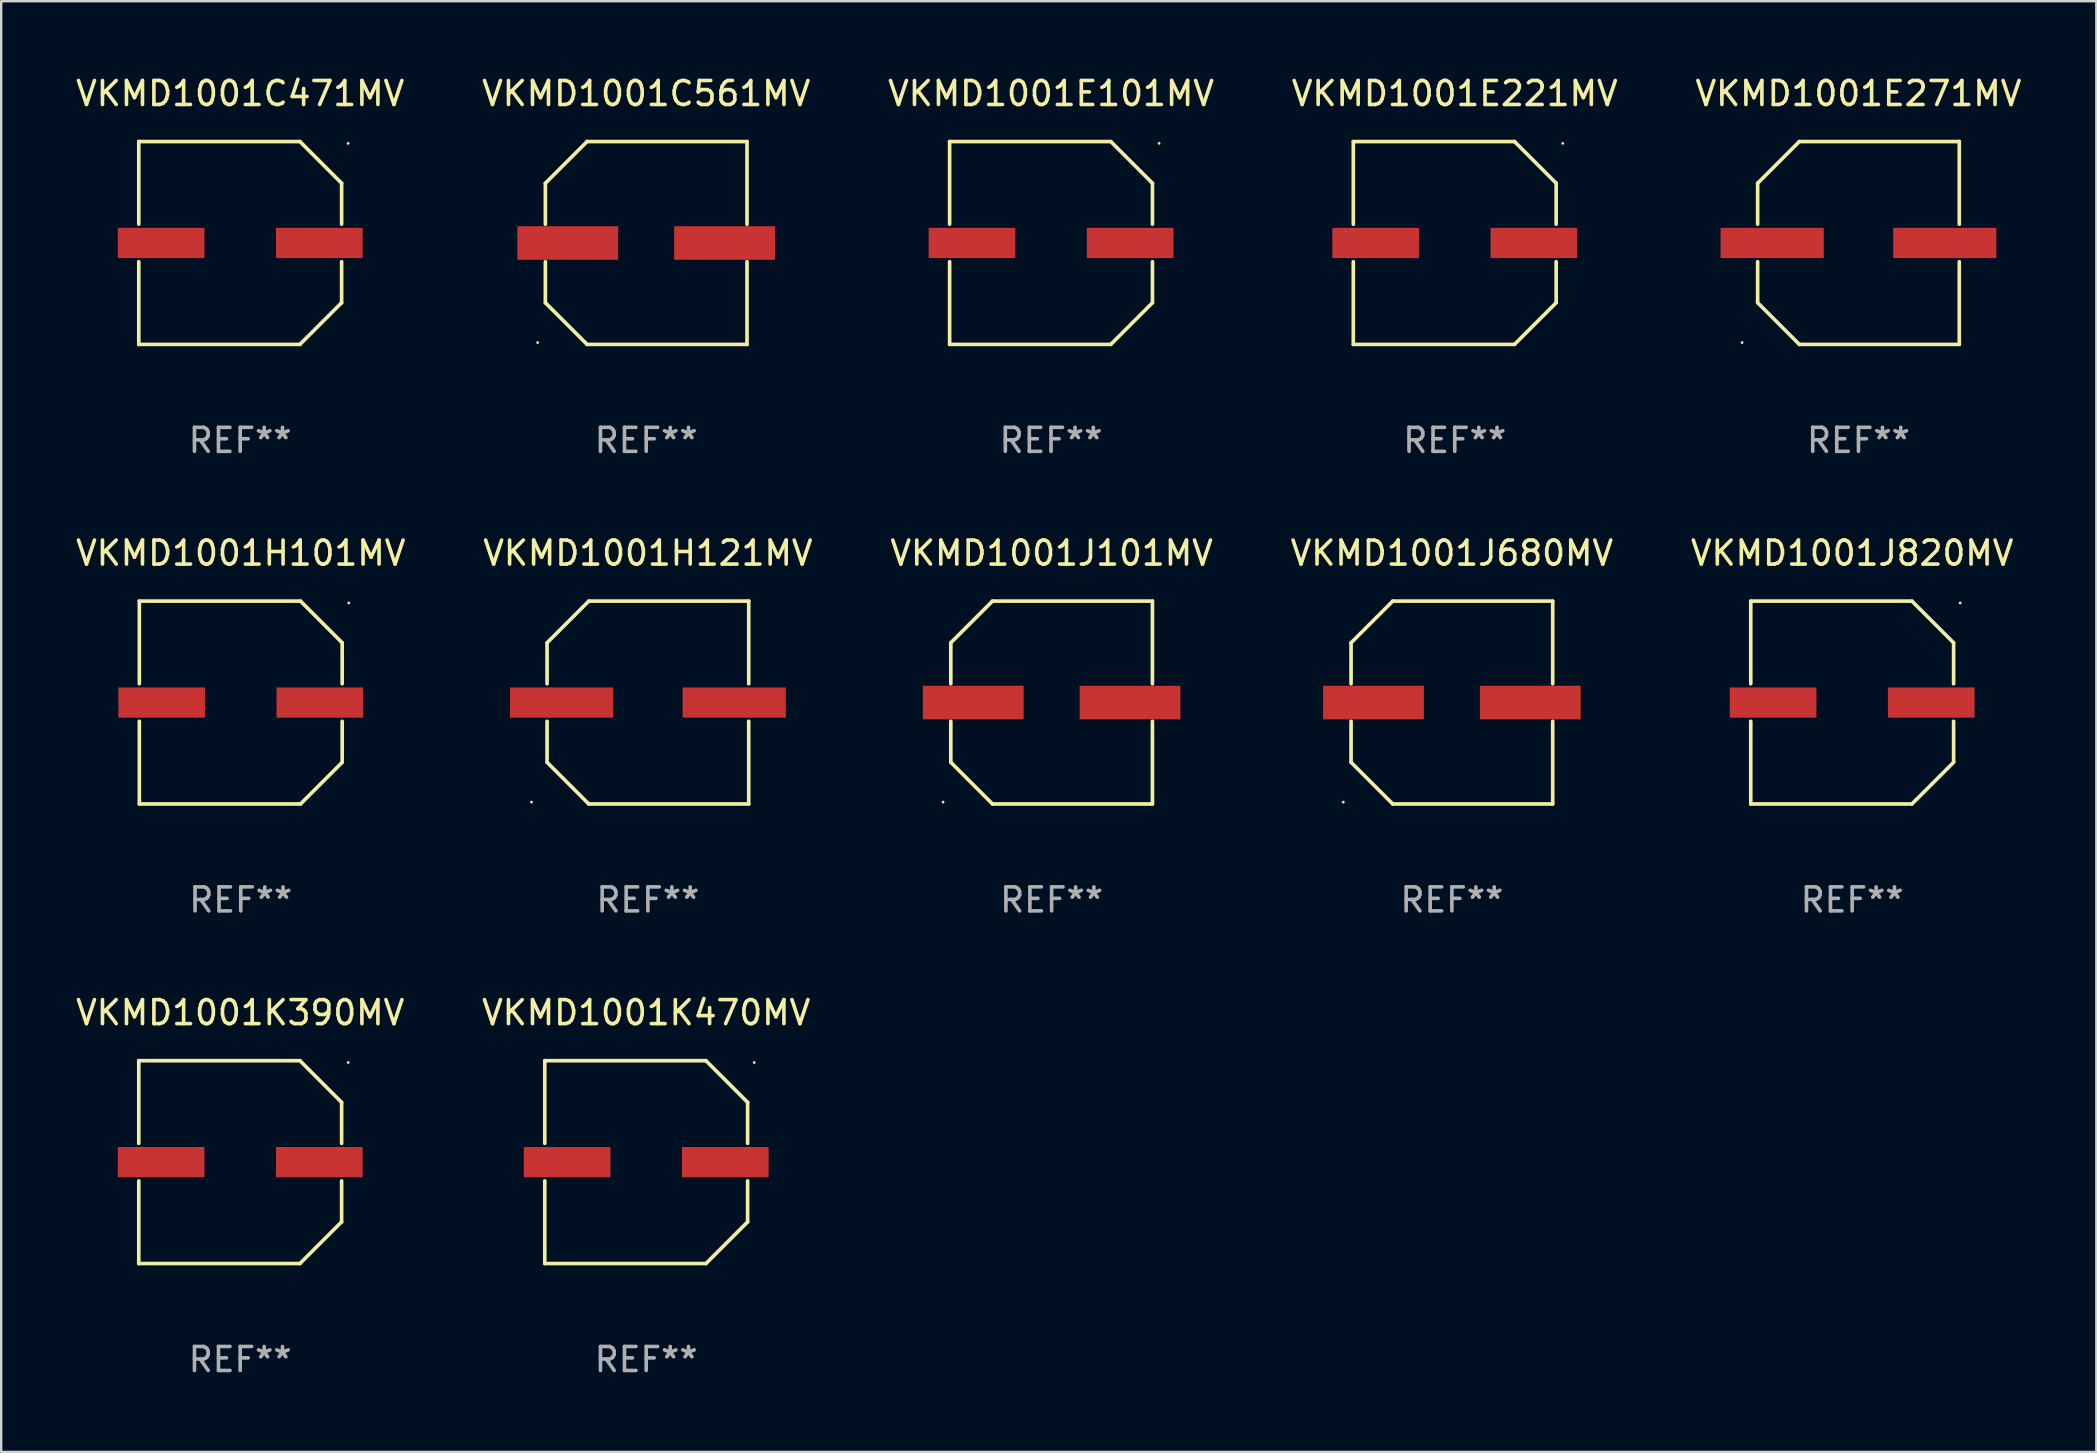
<source format=kicad_pcb>
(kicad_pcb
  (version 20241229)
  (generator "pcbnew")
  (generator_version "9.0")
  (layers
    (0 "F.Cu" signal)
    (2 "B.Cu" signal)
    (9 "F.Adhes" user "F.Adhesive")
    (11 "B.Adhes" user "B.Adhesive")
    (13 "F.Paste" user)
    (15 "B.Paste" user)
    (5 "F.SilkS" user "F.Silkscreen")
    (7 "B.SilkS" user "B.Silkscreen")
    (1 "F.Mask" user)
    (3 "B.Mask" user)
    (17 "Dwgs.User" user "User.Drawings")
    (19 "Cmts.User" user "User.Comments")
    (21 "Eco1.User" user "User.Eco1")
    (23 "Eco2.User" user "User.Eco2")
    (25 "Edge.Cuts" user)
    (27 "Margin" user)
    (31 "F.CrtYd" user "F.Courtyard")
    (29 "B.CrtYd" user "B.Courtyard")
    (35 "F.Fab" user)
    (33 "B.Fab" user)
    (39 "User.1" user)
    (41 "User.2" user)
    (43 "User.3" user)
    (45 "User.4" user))
  (footprint "VKMD1001E101MV"
    (layer "F.Cu")
    (at 40.744 7.074)
    (property "Reference" "VKMD1001E101MV" (at 0 -6.226 0) (layer "F.SilkS") (effects (font (size 1 1) (thickness 0.15))))
    (attr through_hole)
    (fp_line (start -4.226 -4.226) (end 2.49 -4.226) (stroke (width 0.152) (type solid)) (layer "F.SilkS"))
    (fp_line (start -4.226 -0.782) (end -4.226 -4.226) (stroke (width 0.152) (type solid)) (layer "F.SilkS"))
    (fp_line (start -4.226 0.782) (end -4.226 4.226) (stroke (width 0.152) (type solid)) (layer "F.SilkS"))
    (fp_line (start -4.226 4.226) (end 2.49 4.226) (stroke (width 0.152) (type solid)) (layer "F.SilkS"))
    (fp_line (start 2.49 -4.226) (end 4.226 -2.49) (stroke (width 0.152) (type solid)) (layer "F.SilkS"))
    (fp_line (start 2.49 4.226) (end 4.226 2.49) (stroke (width 0.152) (type solid)) (layer "F.SilkS"))
    (fp_line (start 4.226 -2.49) (end 4.226 -0.782) (stroke (width 0.152) (type solid)) (layer "F.SilkS"))
    (fp_line (start 4.226 2.49) (end 4.226 0.782) (stroke (width 0.152) (type solid)) (layer "F.SilkS"))
    (fp_circle (center 4.5 -4.15) (end 4.53 -4.15) (stroke (width 0.06) (type solid)) (fill no) (layer "F.SilkS"))
    (fp_text user "REF**" (at 0 8.226 0) (layer "F.Fab") (effects (font (size 1 1) (thickness 0.15))))
    (pad "1" smd rect (at 3.295 0 180) (size 3.61 1.26) (layers "F.Cu" "F.Mask" "F.Paste"))
    (pad "2" smd rect (at -3.295 0 180) (size 3.61 1.26) (layers "F.Cu" "F.Mask" "F.Paste")))
  (footprint "VKMD1001K470MV"
    (layer "F.Cu")
    (at 23.875 45.372)
    (property "Reference" "VKMD1001K470MV" (at 0 -6.226 0) (layer "F.SilkS") (effects (font (size 1 1) (thickness 0.15))))
    (attr through_hole)
    (fp_line (start -4.226 -4.226) (end 2.49 -4.226) (stroke (width 0.152) (type solid)) (layer "F.SilkS"))
    (fp_line (start -4.226 -0.782) (end -4.226 -4.226) (stroke (width 0.152) (type solid)) (layer "F.SilkS"))
    (fp_line (start -4.226 0.782) (end -4.226 4.226) (stroke (width 0.152) (type solid)) (layer "F.SilkS"))
    (fp_line (start -4.226 4.226) (end 2.49 4.226) (stroke (width 0.152) (type solid)) (layer "F.SilkS"))
    (fp_line (start 2.49 -4.226) (end 4.226 -2.49) (stroke (width 0.152) (type solid)) (layer "F.SilkS"))
    (fp_line (start 2.49 4.226) (end 4.226 2.49) (stroke (width 0.152) (type solid)) (layer "F.SilkS"))
    (fp_line (start 4.226 -2.49) (end 4.226 -0.782) (stroke (width 0.152) (type solid)) (layer "F.SilkS"))
    (fp_line (start 4.226 2.49) (end 4.226 0.782) (stroke (width 0.152) (type solid)) (layer "F.SilkS"))
    (fp_circle (center 4.5 -4.15) (end 4.53 -4.15) (stroke (width 0.06) (type solid)) (fill no) (layer "F.SilkS"))
    (fp_text user "REF**" (at 0 8.226 0) (layer "F.Fab") (effects (font (size 1 1) (thickness 0.15))))
    (pad "1" smd rect (at 3.295 0 180) (size 3.61 1.26) (layers "F.Cu" "F.Mask" "F.Paste"))
    (pad "2" smd rect (at -3.295 0 180) (size 3.61 1.26) (layers "F.Cu" "F.Mask" "F.Paste")))
  (footprint "VKMD1001C561MV"
    (layer "F.Cu")
    (at 23.875 7.074)
    (property "Reference" "VKMD1001C561MV" (at 0 -6.226 0) (layer "F.SilkS") (effects (font (size 1 1) (thickness 0.15))))
    (attr through_hole)
    (fp_line (start -4.201 -2.49) (end -4.201 -0.782) (stroke (width 0.152) (type solid)) (layer "F.SilkS"))
    (fp_line (start -4.201 2.49) (end -4.201 0.782) (stroke (width 0.152) (type solid)) (layer "F.SilkS"))
    (fp_line (start -2.465 -4.226) (end -4.201 -2.49) (stroke (width 0.152) (type solid)) (layer "F.SilkS"))
    (fp_line (start -2.465 4.226) (end -4.201 2.49) (stroke (width 0.152) (type solid)) (layer "F.SilkS"))
    (fp_line (start 4.201 -4.226) (end -2.465 -4.226) (stroke (width 0.152) (type solid)) (layer "F.SilkS"))
    (fp_line (start 4.201 -0.782) (end 4.201 -4.226) (stroke (width 0.152) (type solid)) (layer "F.SilkS"))
    (fp_line (start 4.201 0.782) (end 4.201 4.226) (stroke (width 0.152) (type solid)) (layer "F.SilkS"))
    (fp_line (start 4.201 4.226) (end -2.465 4.226) (stroke (width 0.152) (type solid)) (layer "F.SilkS"))
    (fp_circle (center -4.524 4.15) (end -4.494 4.15) (stroke (width 0.06) (type solid)) (fill no) (layer "F.SilkS"))
    (fp_text user "REF**" (at 0 8.226 0) (layer "F.Fab") (effects (font (size 1 1) (thickness 0.15))))
    (pad "1" smd rect (at -3.267 0) (size 4.2 1.4) (layers "F.Cu" "F.Mask" "F.Paste"))
    (pad "2" smd rect (at 3.267 0) (size 4.2 1.4) (layers "F.Cu" "F.Mask" "F.Paste")))
  (footprint "VKMD1001H121MV"
    (layer "F.Cu")
    (at 23.946 26.223)
    (property "Reference" "VKMD1001H121MV" (at 0 -6.226 0) (layer "F.SilkS") (effects (font (size 1 1) (thickness 0.15))))
    (attr through_hole)
    (fp_line (start -4.201 -2.49) (end -4.201 -0.782) (stroke (width 0.152) (type solid)) (layer "F.SilkS"))
    (fp_line (start -4.201 2.49) (end -4.201 0.782) (stroke (width 0.152) (type solid)) (layer "F.SilkS"))
    (fp_line (start -2.465 -4.226) (end -4.201 -2.49) (stroke (width 0.152) (type solid)) (layer "F.SilkS"))
    (fp_line (start -2.465 4.226) (end -4.201 2.49) (stroke (width 0.152) (type solid)) (layer "F.SilkS"))
    (fp_line (start 4.201 -4.226) (end -2.465 -4.226) (stroke (width 0.152) (type solid)) (layer "F.SilkS"))
    (fp_line (start 4.201 -0.782) (end 4.201 -4.226) (stroke (width 0.152) (type solid)) (layer "F.SilkS"))
    (fp_line (start 4.201 0.782) (end 4.201 4.226) (stroke (width 0.152) (type solid)) (layer "F.SilkS"))
    (fp_line (start 4.201 4.226) (end -2.465 4.226) (stroke (width 0.152) (type solid)) (layer "F.SilkS"))
    (fp_circle (center -4.85 4.15) (end -4.82 4.15) (stroke (width 0.06) (type solid)) (fill no) (layer "F.SilkS"))
    (fp_text user "REF**" (at 0 8.226 0) (layer "F.Fab") (effects (font (size 1 1) (thickness 0.15))))
    (pad "1" smd rect (at -3.596 0.000127) (size 4.3 1.26) (layers "F.Cu" "F.Mask" "F.Paste"))
    (pad "2" smd rect (at 3.596 0.000127) (size 4.3 1.26) (layers "F.Cu" "F.Mask" "F.Paste")))
  (footprint "VKMD1001J820MV"
    (layer "F.Cu")
    (at 74.125 26.223)
    (property "Reference" "VKMD1001J820MV" (at 0 -6.226 0) (layer "F.SilkS") (effects (font (size 1 1) (thickness 0.15))))
    (attr through_hole)
    (fp_line (start -4.226 -4.226) (end 2.49 -4.226) (stroke (width 0.152) (type solid)) (layer "F.SilkS"))
    (fp_line (start -4.226 -0.782) (end -4.226 -4.226) (stroke (width 0.152) (type solid)) (layer "F.SilkS"))
    (fp_line (start -4.226 0.782) (end -4.226 4.226) (stroke (width 0.152) (type solid)) (layer "F.SilkS"))
    (fp_line (start -4.226 4.226) (end 2.49 4.226) (stroke (width 0.152) (type solid)) (layer "F.SilkS"))
    (fp_line (start 2.49 -4.226) (end 4.226 -2.49) (stroke (width 0.152) (type solid)) (layer "F.SilkS"))
    (fp_line (start 2.49 4.226) (end 4.226 2.49) (stroke (width 0.152) (type solid)) (layer "F.SilkS"))
    (fp_line (start 4.226 -2.49) (end 4.226 -0.782) (stroke (width 0.152) (type solid)) (layer "F.SilkS"))
    (fp_line (start 4.226 2.49) (end 4.226 0.782) (stroke (width 0.152) (type solid)) (layer "F.SilkS"))
    (fp_circle (center 4.5 -4.15) (end 4.53 -4.15) (stroke (width 0.06) (type solid)) (fill no) (layer "F.SilkS"))
    (fp_text user "REF**" (at 0 8.226 0) (layer "F.Fab") (effects (font (size 1 1) (thickness 0.15))))
    (pad "1" smd rect (at 3.295 0 180) (size 3.61 1.26) (layers "F.Cu" "F.Mask" "F.Paste"))
    (pad "2" smd rect (at -3.295 0 180) (size 3.61 1.26) (layers "F.Cu" "F.Mask" "F.Paste")))
  (footprint "VKMD1001H101MV"
    (layer "F.Cu")
    (at 6.982 26.223)
    (property "Reference" "VKMD1001H101MV" (at 0 -6.226 0) (layer "F.SilkS") (effects (font (size 1 1) (thickness 0.15))))
    (attr through_hole)
    (fp_line (start -4.226 -4.226) (end 2.49 -4.226) (stroke (width 0.152) (type solid)) (layer "F.SilkS"))
    (fp_line (start -4.226 -0.782) (end -4.226 -4.226) (stroke (width 0.152) (type solid)) (layer "F.SilkS"))
    (fp_line (start -4.226 0.782) (end -4.226 4.226) (stroke (width 0.152) (type solid)) (layer "F.SilkS"))
    (fp_line (start -4.226 4.226) (end 2.49 4.226) (stroke (width 0.152) (type solid)) (layer "F.SilkS"))
    (fp_line (start 2.49 -4.226) (end 4.226 -2.49) (stroke (width 0.152) (type solid)) (layer "F.SilkS"))
    (fp_line (start 2.49 4.226) (end 4.226 2.49) (stroke (width 0.152) (type solid)) (layer "F.SilkS"))
    (fp_line (start 4.226 -2.49) (end 4.226 -0.782) (stroke (width 0.152) (type solid)) (layer "F.SilkS"))
    (fp_line (start 4.226 2.49) (end 4.226 0.782) (stroke (width 0.152) (type solid)) (layer "F.SilkS"))
    (fp_circle (center 4.5 -4.15) (end 4.53 -4.15) (stroke (width 0.06) (type solid)) (fill no) (layer "F.SilkS"))
    (fp_text user "REF**" (at 0 8.226 0) (layer "F.Fab") (effects (font (size 1 1) (thickness 0.15))))
    (pad "1" smd rect (at 3.295 0 180) (size 3.61 1.26) (layers "F.Cu" "F.Mask" "F.Paste"))
    (pad "2" smd rect (at -3.295 0 180) (size 3.61 1.26) (layers "F.Cu" "F.Mask" "F.Paste")))
  (footprint "VKMD1001E271MV"
    (layer "F.Cu")
    (at 74.387 7.074)
    (property "Reference" "VKMD1001E271MV" (at 0 -6.226 0) (layer "F.SilkS") (effects (font (size 1 1) (thickness 0.15))))
    (attr through_hole)
    (fp_line (start -4.201 -2.49) (end -4.201 -0.782) (stroke (width 0.152) (type solid)) (layer "F.SilkS"))
    (fp_line (start -4.201 2.49) (end -4.201 0.782) (stroke (width 0.152) (type solid)) (layer "F.SilkS"))
    (fp_line (start -2.465 -4.226) (end -4.201 -2.49) (stroke (width 0.152) (type solid)) (layer "F.SilkS"))
    (fp_line (start -2.465 4.226) (end -4.201 2.49) (stroke (width 0.152) (type solid)) (layer "F.SilkS"))
    (fp_line (start 4.201 -4.226) (end -2.465 -4.226) (stroke (width 0.152) (type solid)) (layer "F.SilkS"))
    (fp_line (start 4.201 -0.782) (end 4.201 -4.226) (stroke (width 0.152) (type solid)) (layer "F.SilkS"))
    (fp_line (start 4.201 0.782) (end 4.201 4.226) (stroke (width 0.152) (type solid)) (layer "F.SilkS"))
    (fp_line (start 4.201 4.226) (end -2.465 4.226) (stroke (width 0.152) (type solid)) (layer "F.SilkS"))
    (fp_circle (center -4.85 4.15) (end -4.82 4.15) (stroke (width 0.06) (type solid)) (fill no) (layer "F.SilkS"))
    (fp_text user "REF**" (at 0 8.226 0) (layer "F.Fab") (effects (font (size 1 1) (thickness 0.15))))
    (pad "1" smd rect (at -3.596 0.000127) (size 4.3 1.26) (layers "F.Cu" "F.Mask" "F.Paste"))
    (pad "2" smd rect (at 3.596 0.000127) (size 4.3 1.26) (layers "F.Cu" "F.Mask" "F.Paste")))
  (footprint "VKMD1001E221MV"
    (layer "F.Cu")
    (at 57.565 7.074)
    (property "Reference" "VKMD1001E221MV" (at 0 -6.226 0) (layer "F.SilkS") (effects (font (size 1 1) (thickness 0.15))))
    (attr through_hole)
    (fp_line (start -4.226 -4.226) (end 2.49 -4.226) (stroke (width 0.152) (type solid)) (layer "F.SilkS"))
    (fp_line (start -4.226 -0.782) (end -4.226 -4.226) (stroke (width 0.152) (type solid)) (layer "F.SilkS"))
    (fp_line (start -4.226 0.782) (end -4.226 4.226) (stroke (width 0.152) (type solid)) (layer "F.SilkS"))
    (fp_line (start -4.226 4.226) (end 2.49 4.226) (stroke (width 0.152) (type solid)) (layer "F.SilkS"))
    (fp_line (start 2.49 -4.226) (end 4.226 -2.49) (stroke (width 0.152) (type solid)) (layer "F.SilkS"))
    (fp_line (start 2.49 4.226) (end 4.226 2.49) (stroke (width 0.152) (type solid)) (layer "F.SilkS"))
    (fp_line (start 4.226 -2.49) (end 4.226 -0.782) (stroke (width 0.152) (type solid)) (layer "F.SilkS"))
    (fp_line (start 4.226 2.49) (end 4.226 0.782) (stroke (width 0.152) (type solid)) (layer "F.SilkS"))
    (fp_circle (center 4.5 -4.15) (end 4.53 -4.15) (stroke (width 0.06) (type solid)) (fill no) (layer "F.SilkS"))
    (fp_text user "REF**" (at 0 8.226 0) (layer "F.Fab") (effects (font (size 1 1) (thickness 0.15))))
    (pad "1" smd rect (at 3.295 0 180) (size 3.61 1.26) (layers "F.Cu" "F.Mask" "F.Paste"))
    (pad "2" smd rect (at -3.295 0 180) (size 3.61 1.26) (layers "F.Cu" "F.Mask" "F.Paste")))
  (footprint "VKMD1001C471MV"
    (layer "F.Cu")
    (at 6.958 7.074)
    (property "Reference" "VKMD1001C471MV" (at 0 -6.226 0) (layer "F.SilkS") (effects (font (size 1 1) (thickness 0.15))))
    (attr through_hole)
    (fp_line (start -4.226 -4.226) (end 2.49 -4.226) (stroke (width 0.152) (type solid)) (layer "F.SilkS"))
    (fp_line (start -4.226 -0.782) (end -4.226 -4.226) (stroke (width 0.152) (type solid)) (layer "F.SilkS"))
    (fp_line (start -4.226 0.782) (end -4.226 4.226) (stroke (width 0.152) (type solid)) (layer "F.SilkS"))
    (fp_line (start -4.226 4.226) (end 2.49 4.226) (stroke (width 0.152) (type solid)) (layer "F.SilkS"))
    (fp_line (start 2.49 -4.226) (end 4.226 -2.49) (stroke (width 0.152) (type solid)) (layer "F.SilkS"))
    (fp_line (start 2.49 4.226) (end 4.226 2.49) (stroke (width 0.152) (type solid)) (layer "F.SilkS"))
    (fp_line (start 4.226 -2.49) (end 4.226 -0.782) (stroke (width 0.152) (type solid)) (layer "F.SilkS"))
    (fp_line (start 4.226 2.49) (end 4.226 0.782) (stroke (width 0.152) (type solid)) (layer "F.SilkS"))
    (fp_circle (center 4.5 -4.15) (end 4.53 -4.15) (stroke (width 0.06) (type solid)) (fill no) (layer "F.SilkS"))
    (fp_text user "REF**" (at 0 8.226 0) (layer "F.Fab") (effects (font (size 1 1) (thickness 0.15))))
    (pad "1" smd rect (at 3.295 0 180) (size 3.61 1.26) (layers "F.Cu" "F.Mask" "F.Paste"))
    (pad "2" smd rect (at -3.295 0 180) (size 3.61 1.26) (layers "F.Cu" "F.Mask" "F.Paste")))
  (footprint "VKMD1001J101MV"
    (layer "F.Cu")
    (at 40.768 26.223)
    (property "Reference" "VKMD1001J101MV" (at 0 -6.226 0) (layer "F.SilkS") (effects (font (size 1 1) (thickness 0.15))))
    (attr through_hole)
    (fp_line (start -4.201 -2.49) (end -4.201 -0.782) (stroke (width 0.152) (type solid)) (layer "F.SilkS"))
    (fp_line (start -4.201 2.49) (end -4.201 0.782) (stroke (width 0.152) (type solid)) (layer "F.SilkS"))
    (fp_line (start -2.465 -4.226) (end -4.201 -2.49) (stroke (width 0.152) (type solid)) (layer "F.SilkS"))
    (fp_line (start -2.465 4.226) (end -4.201 2.49) (stroke (width 0.152) (type solid)) (layer "F.SilkS"))
    (fp_line (start 4.201 -4.226) (end -2.465 -4.226) (stroke (width 0.152) (type solid)) (layer "F.SilkS"))
    (fp_line (start 4.201 -0.782) (end 4.201 -4.226) (stroke (width 0.152) (type solid)) (layer "F.SilkS"))
    (fp_line (start 4.201 0.782) (end 4.201 4.226) (stroke (width 0.152) (type solid)) (layer "F.SilkS"))
    (fp_line (start 4.201 4.226) (end -2.465 4.226) (stroke (width 0.152) (type solid)) (layer "F.SilkS"))
    (fp_circle (center -4.524 4.15) (end -4.494 4.15) (stroke (width 0.06) (type solid)) (fill no) (layer "F.SilkS"))
    (fp_text user "REF**" (at 0 8.226 0) (layer "F.Fab") (effects (font (size 1 1) (thickness 0.15))))
    (pad "1" smd rect (at -3.267 0) (size 4.2 1.4) (layers "F.Cu" "F.Mask" "F.Paste"))
    (pad "2" smd rect (at 3.267 0) (size 4.2 1.4) (layers "F.Cu" "F.Mask" "F.Paste")))
  (footprint "VKMD1001J680MV"
    (layer "F.Cu")
    (at 57.446 26.223)
    (property "Reference" "VKMD1001J680MV" (at 0 -6.226 0) (layer "F.SilkS") (effects (font (size 1 1) (thickness 0.15))))
    (attr through_hole)
    (fp_line (start -4.201 -2.49) (end -4.201 -0.782) (stroke (width 0.152) (type solid)) (layer "F.SilkS"))
    (fp_line (start -4.201 2.49) (end -4.201 0.782) (stroke (width 0.152) (type solid)) (layer "F.SilkS"))
    (fp_line (start -2.465 -4.226) (end -4.201 -2.49) (stroke (width 0.152) (type solid)) (layer "F.SilkS"))
    (fp_line (start -2.465 4.226) (end -4.201 2.49) (stroke (width 0.152) (type solid)) (layer "F.SilkS"))
    (fp_line (start 4.201 -4.226) (end -2.465 -4.226) (stroke (width 0.152) (type solid)) (layer "F.SilkS"))
    (fp_line (start 4.201 -0.782) (end 4.201 -4.226) (stroke (width 0.152) (type solid)) (layer "F.SilkS"))
    (fp_line (start 4.201 0.782) (end 4.201 4.226) (stroke (width 0.152) (type solid)) (layer "F.SilkS"))
    (fp_line (start 4.201 4.226) (end -2.465 4.226) (stroke (width 0.152) (type solid)) (layer "F.SilkS"))
    (fp_circle (center -4.524 4.15) (end -4.494 4.15) (stroke (width 0.06) (type solid)) (fill no) (layer "F.SilkS"))
    (fp_text user "REF**" (at 0 8.226 0) (layer "F.Fab") (effects (font (size 1 1) (thickness 0.15))))
    (pad "1" smd rect (at -3.267 0) (size 4.2 1.4) (layers "F.Cu" "F.Mask" "F.Paste"))
    (pad "2" smd rect (at 3.267 0) (size 4.2 1.4) (layers "F.Cu" "F.Mask" "F.Paste")))
  (footprint "VKMD1001K390MV"
    (layer "F.Cu")
    (at 6.958 45.372)
    (property "Reference" "VKMD1001K390MV" (at 0 -6.226 0) (layer "F.SilkS") (effects (font (size 1 1) (thickness 0.15))))
    (attr through_hole)
    (fp_line (start -4.226 -4.226) (end 2.49 -4.226) (stroke (width 0.152) (type solid)) (layer "F.SilkS"))
    (fp_line (start -4.226 -0.782) (end -4.226 -4.226) (stroke (width 0.152) (type solid)) (layer "F.SilkS"))
    (fp_line (start -4.226 0.782) (end -4.226 4.226) (stroke (width 0.152) (type solid)) (layer "F.SilkS"))
    (fp_line (start -4.226 4.226) (end 2.49 4.226) (stroke (width 0.152) (type solid)) (layer "F.SilkS"))
    (fp_line (start 2.49 -4.226) (end 4.226 -2.49) (stroke (width 0.152) (type solid)) (layer "F.SilkS"))
    (fp_line (start 2.49 4.226) (end 4.226 2.49) (stroke (width 0.152) (type solid)) (layer "F.SilkS"))
    (fp_line (start 4.226 -2.49) (end 4.226 -0.782) (stroke (width 0.152) (type solid)) (layer "F.SilkS"))
    (fp_line (start 4.226 2.49) (end 4.226 0.782) (stroke (width 0.152) (type solid)) (layer "F.SilkS"))
    (fp_circle (center 4.5 -4.15) (end 4.53 -4.15) (stroke (width 0.06) (type solid)) (fill no) (layer "F.SilkS"))
    (fp_text user "REF**" (at 0 8.226 0) (layer "F.Fab") (effects (font (size 1 1) (thickness 0.15))))
    (pad "1" smd rect (at 3.295 0 180) (size 3.61 1.26) (layers "F.Cu" "F.Mask" "F.Paste"))
    (pad "2" smd rect (at -3.295 0 180) (size 3.61 1.26) (layers "F.Cu" "F.Mask" "F.Paste")))
  (gr_rect
    (start -3 -3)
    (end 84.298 57.447)
    (stroke (width 0.1) (type default))
    (fill no)
    (layer "Edge.Cuts")))
</source>
